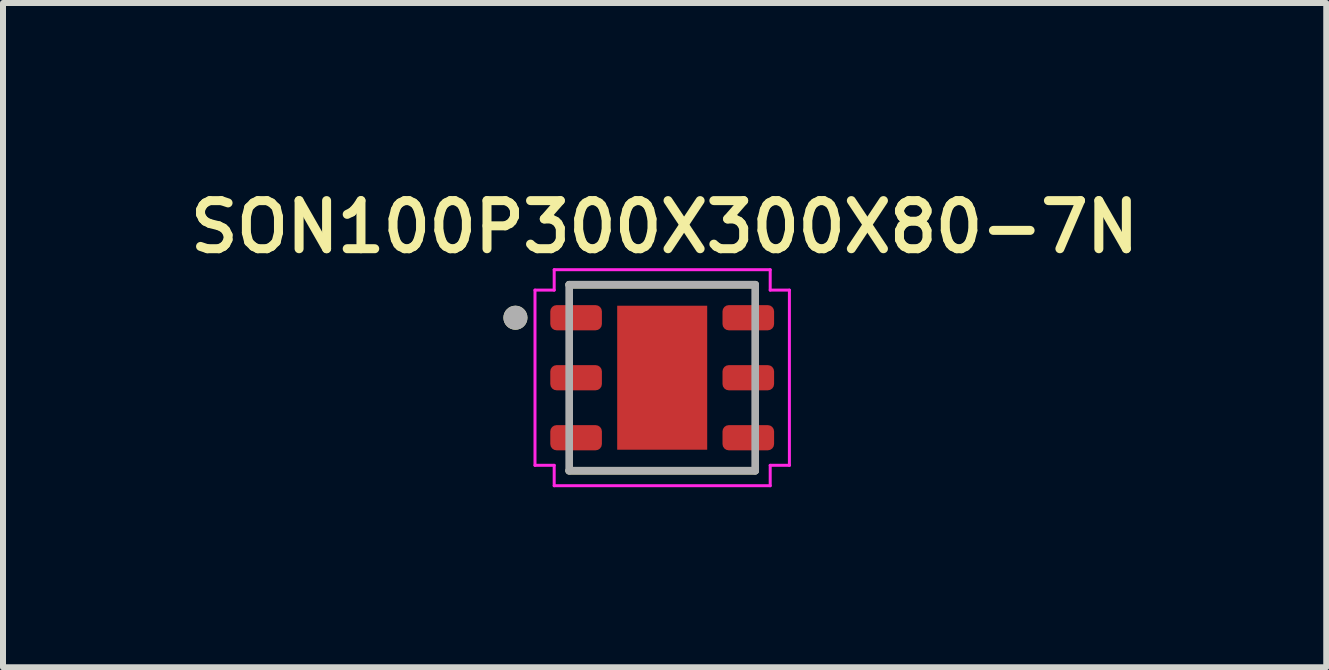
<source format=kicad_pcb>
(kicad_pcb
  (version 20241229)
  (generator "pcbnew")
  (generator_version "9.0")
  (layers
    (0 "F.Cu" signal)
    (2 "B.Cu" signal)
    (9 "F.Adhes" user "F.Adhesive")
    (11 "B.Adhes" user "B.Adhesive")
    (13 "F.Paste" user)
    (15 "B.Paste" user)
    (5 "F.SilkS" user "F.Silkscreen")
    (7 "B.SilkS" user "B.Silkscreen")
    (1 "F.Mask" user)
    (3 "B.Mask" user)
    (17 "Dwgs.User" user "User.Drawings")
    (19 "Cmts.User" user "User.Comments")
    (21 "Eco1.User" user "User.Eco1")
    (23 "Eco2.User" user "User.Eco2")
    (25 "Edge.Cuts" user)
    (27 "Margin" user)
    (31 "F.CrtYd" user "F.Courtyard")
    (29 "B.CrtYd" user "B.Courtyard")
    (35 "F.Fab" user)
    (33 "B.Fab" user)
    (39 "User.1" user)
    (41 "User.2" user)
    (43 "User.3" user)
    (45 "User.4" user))
  (footprint "SON100P300X300X80-7N"
    (layer "F.Cu")
    (at 7.986 3.245)
    (property "Reference" "SON100P300X300X80-7N" (at 0.04 -2.513 0) (layer "F.SilkS") (effects (font (size 0.802 0.802) (thickness 0.15))))
    (attr smd)
    (fp_line (start -1.55 -1.55) (end 1.55 -1.55) (stroke (width 0.127) (type solid)) (layer "F.SilkS"))
    (fp_line (start 1.55 1.55) (end -1.55 1.55) (stroke (width 0.127) (type solid)) (layer "F.SilkS"))
    (fp_circle (center -2.446 -1) (end -2.346 -1) (stroke (width 0.2) (type solid)) (fill no) (layer "F.SilkS"))
    (fp_poly (pts (xy -0.485 -1.02) (xy 0.485 -1.02) (xy 0.485 -0.09) (xy -0.485 -0.09)) (stroke (width 0.01) (type solid)) (fill yes) (layer "F.Paste"))
    (fp_poly (pts (xy -0.485 0.09) (xy 0.485 0.09) (xy 0.485 1.02) (xy -0.485 1.02)) (stroke (width 0.01) (type solid)) (fill yes) (layer "F.Paste"))
    (fp_line (start -2.12 -1.46) (end -1.8 -1.46) (stroke (width 0.05) (type solid)) (layer "F.CrtYd"))
    (fp_line (start -2.12 1.46) (end -2.12 -1.46) (stroke (width 0.05) (type solid)) (layer "F.CrtYd"))
    (fp_line (start -1.8 -1.8) (end 1.8 -1.8) (stroke (width 0.05) (type solid)) (layer "F.CrtYd"))
    (fp_line (start -1.8 -1.46) (end -1.8 -1.8) (stroke (width 0.05) (type solid)) (layer "F.CrtYd"))
    (fp_line (start -1.8 1.46) (end -2.12 1.46) (stroke (width 0.05) (type solid)) (layer "F.CrtYd"))
    (fp_line (start -1.8 1.8) (end -1.8 1.46) (stroke (width 0.05) (type solid)) (layer "F.CrtYd"))
    (fp_line (start 1.8 -1.8) (end 1.8 -1.46) (stroke (width 0.05) (type solid)) (layer "F.CrtYd"))
    (fp_line (start 1.8 -1.46) (end 2.12 -1.46) (stroke (width 0.05) (type solid)) (layer "F.CrtYd"))
    (fp_line (start 1.8 1.46) (end 1.8 1.8) (stroke (width 0.05) (type solid)) (layer "F.CrtYd"))
    (fp_line (start 1.8 1.8) (end -1.8 1.8) (stroke (width 0.05) (type solid)) (layer "F.CrtYd"))
    (fp_line (start 2.12 -1.46) (end 2.12 1.46) (stroke (width 0.05) (type solid)) (layer "F.CrtYd"))
    (fp_line (start 2.12 1.46) (end 1.8 1.46) (stroke (width 0.05) (type solid)) (layer "F.CrtYd"))
    (fp_line (start -1.55 -1.55) (end 1.55 -1.55) (stroke (width 0.127) (type solid)) (layer "F.Fab"))
    (fp_line (start -1.55 1.55) (end -1.55 -1.55) (stroke (width 0.127) (type solid)) (layer "F.Fab"))
    (fp_line (start 1.55 -1.55) (end 1.55 1.55) (stroke (width 0.127) (type solid)) (layer "F.Fab"))
    (fp_line (start 1.55 1.55) (end -1.55 1.55) (stroke (width 0.127) (type solid)) (layer "F.Fab"))
    (fp_circle (center -2.446 -1) (end -2.346 -1) (stroke (width 0.2) (type solid)) (fill no) (layer "F.Fab"))
    (pad "1" smd roundrect (at -1.435 -1) (size 0.86 0.42) (layers "F.Cu" "F.Mask" "F.Paste") (roundrect_rratio 0.25))
    (pad "2" smd roundrect (at -1.435 0) (size 0.86 0.42) (layers "F.Cu" "F.Mask" "F.Paste") (roundrect_rratio 0.25))
    (pad "3" smd roundrect (at -1.435 1) (size 0.86 0.42) (layers "F.Cu" "F.Mask" "F.Paste") (roundrect_rratio 0.25))
    (pad "4" smd roundrect (at 1.435 1) (size 0.86 0.42) (layers "F.Cu" "F.Mask" "F.Paste") (roundrect_rratio 0.25))
    (pad "5" smd roundrect (at 1.435 0) (size 0.86 0.42) (layers "F.Cu" "F.Mask" "F.Paste") (roundrect_rratio 0.25))
    (pad "6" smd roundrect (at 1.435 -1) (size 0.86 0.42) (layers "F.Cu" "F.Mask" "F.Paste") (roundrect_rratio 0.25))
    (pad "7" smd rect (at 0 0) (size 1.5 2.4) (layers "F.Cu" "F.Mask")))
  (gr_rect
    (start -3 -3)
    (end 19.053 8.07)
    (stroke (width 0.1) (type default))
    (fill no)
    (layer "Edge.Cuts")))
</source>
